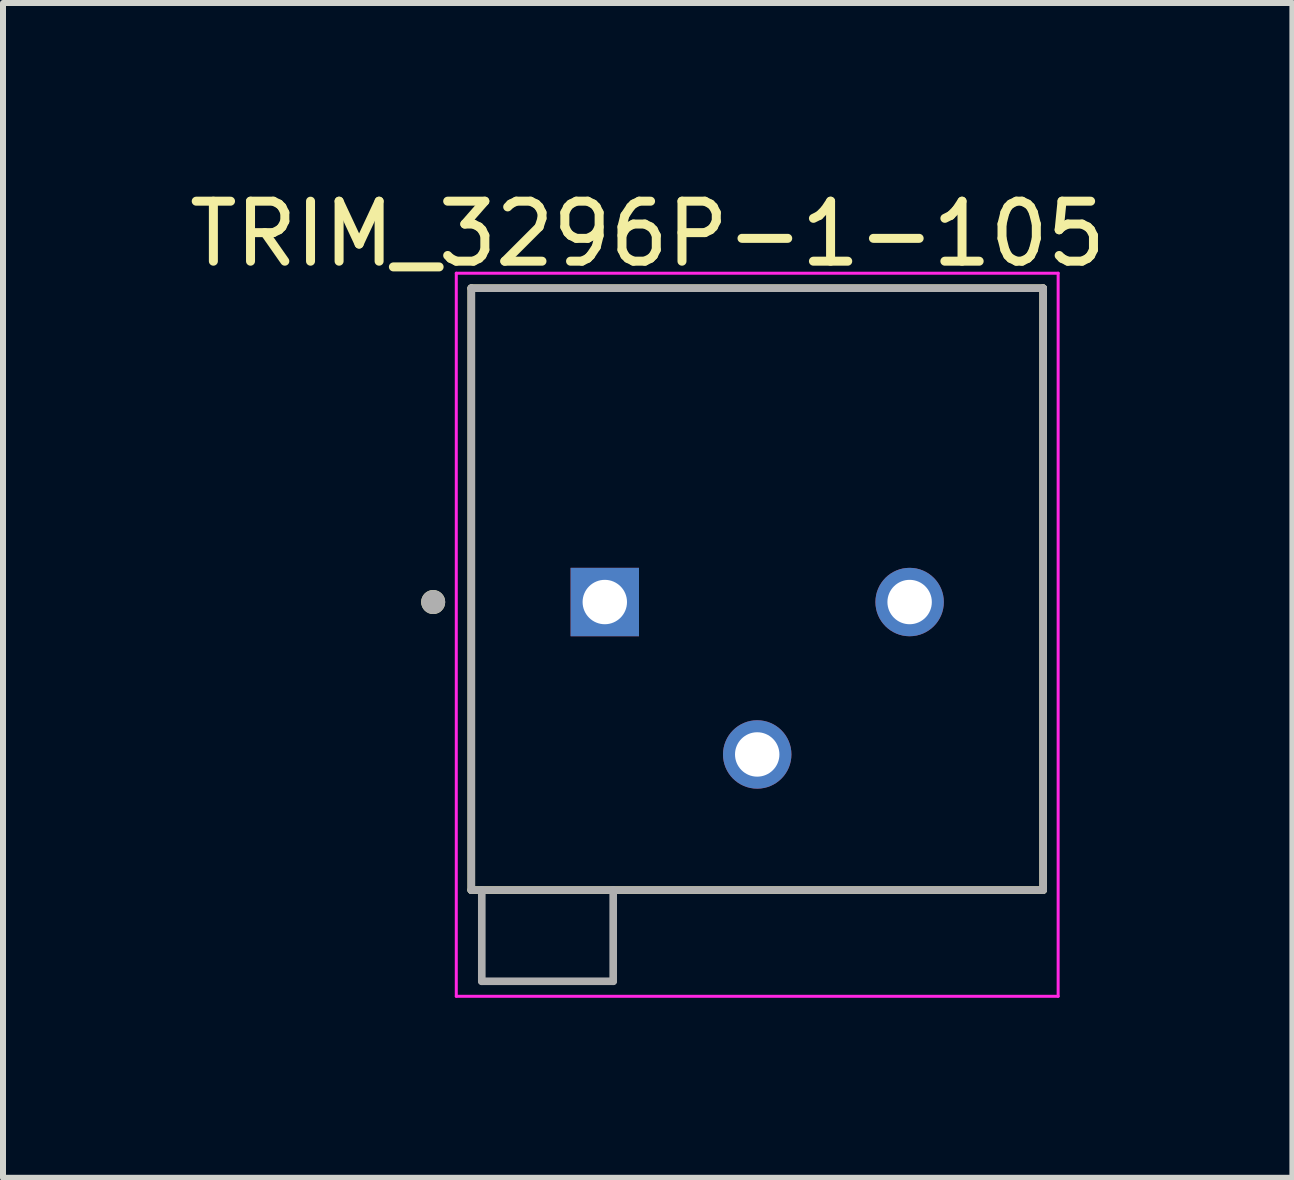
<source format=kicad_pcb>
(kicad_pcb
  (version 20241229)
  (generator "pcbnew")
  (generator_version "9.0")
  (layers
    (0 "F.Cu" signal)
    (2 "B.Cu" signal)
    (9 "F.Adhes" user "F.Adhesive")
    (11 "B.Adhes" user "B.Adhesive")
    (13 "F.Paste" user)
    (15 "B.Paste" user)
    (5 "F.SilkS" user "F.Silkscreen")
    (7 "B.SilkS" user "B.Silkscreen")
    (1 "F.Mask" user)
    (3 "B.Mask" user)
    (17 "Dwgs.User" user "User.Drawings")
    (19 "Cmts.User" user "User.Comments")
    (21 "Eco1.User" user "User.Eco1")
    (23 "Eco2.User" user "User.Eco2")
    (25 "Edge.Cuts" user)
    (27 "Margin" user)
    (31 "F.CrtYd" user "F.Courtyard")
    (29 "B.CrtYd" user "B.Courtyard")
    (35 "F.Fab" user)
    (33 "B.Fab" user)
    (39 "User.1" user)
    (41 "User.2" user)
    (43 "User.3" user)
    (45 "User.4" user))
  (footprint "TRIM_3296P-1-105"
    (layer "F.Cu")
    (at 9.569 6.983)
    (property "Reference" "TRIM_3296P-1-105" (at -1.825 -6.135 0) (layer "F.SilkS") (effects (font (size 1 1) (thickness 0.15))))
    (attr through_hole)
    (fp_line (start -4.765 -5.23) (end 4.765 -5.23) (stroke (width 0.127) (type solid)) (layer "F.SilkS"))
    (fp_line (start -4.765 4.8) (end -4.765 -5.23) (stroke (width 0.127) (type solid)) (layer "F.SilkS"))
    (fp_line (start 4.765 -5.23) (end 4.765 4.8) (stroke (width 0.127) (type solid)) (layer "F.SilkS"))
    (fp_line (start 4.765 4.8) (end -4.765 4.8) (stroke (width 0.127) (type solid)) (layer "F.SilkS"))
    (fp_circle (center -5.4 0) (end -5.3 0) (stroke (width 0.2) (type solid)) (fill no) (layer "F.SilkS"))
    (fp_line (start -5.015 -5.48) (end 5.015 -5.48) (stroke (width 0.05) (type solid)) (layer "F.CrtYd"))
    (fp_line (start -5.015 6.57) (end -5.015 -5.48) (stroke (width 0.05) (type solid)) (layer "F.CrtYd"))
    (fp_line (start 5.015 -5.48) (end 5.015 6.57) (stroke (width 0.05) (type solid)) (layer "F.CrtYd"))
    (fp_line (start 5.015 6.57) (end -5.015 6.57) (stroke (width 0.05) (type solid)) (layer "F.CrtYd"))
    (fp_line (start -4.765 -5.23) (end 4.765 -5.23) (stroke (width 0.127) (type solid)) (layer "F.Fab"))
    (fp_line (start -4.765 4.8) (end -4.765 -5.23) (stroke (width 0.127) (type solid)) (layer "F.Fab"))
    (fp_line (start -4.59 4.8) (end -4.765 4.8) (stroke (width 0.127) (type solid)) (layer "F.Fab"))
    (fp_line (start -4.59 4.8) (end -4.59 6.32) (stroke (width 0.127) (type solid)) (layer "F.Fab"))
    (fp_line (start -4.59 6.32) (end -2.4 6.32) (stroke (width 0.127) (type solid)) (layer "F.Fab"))
    (fp_line (start -2.4 4.8) (end -4.59 4.8) (stroke (width 0.127) (type solid)) (layer "F.Fab"))
    (fp_line (start -2.4 6.32) (end -2.4 4.8) (stroke (width 0.127) (type solid)) (layer "F.Fab"))
    (fp_line (start 4.765 -5.23) (end 4.765 4.8) (stroke (width 0.127) (type solid)) (layer "F.Fab"))
    (fp_line (start 4.765 4.8) (end -2.4 4.8) (stroke (width 0.127) (type solid)) (layer "F.Fab"))
    (fp_circle (center -5.4 0) (end -5.3 0) (stroke (width 0.2) (type solid)) (fill no) (layer "F.Fab"))
    (pad "1" thru_hole rect (at -2.54 0) (size 1.14 1.14) (drill 0.74) (layers "*.Cu" "*.Mask"))
    (pad "2" thru_hole circle (at 0 2.54) (size 1.14 1.14) (drill 0.74) (layers "*.Cu" "*.Mask"))
    (pad "3" thru_hole circle (at 2.54 0) (size 1.14 1.14) (drill 0.74) (layers "*.Cu" "*.Mask")))
  (gr_rect
    (start -3 -3)
    (end 18.488 16.578)
    (stroke (width 0.1) (type default))
    (fill no)
    (layer "Edge.Cuts")))
</source>
